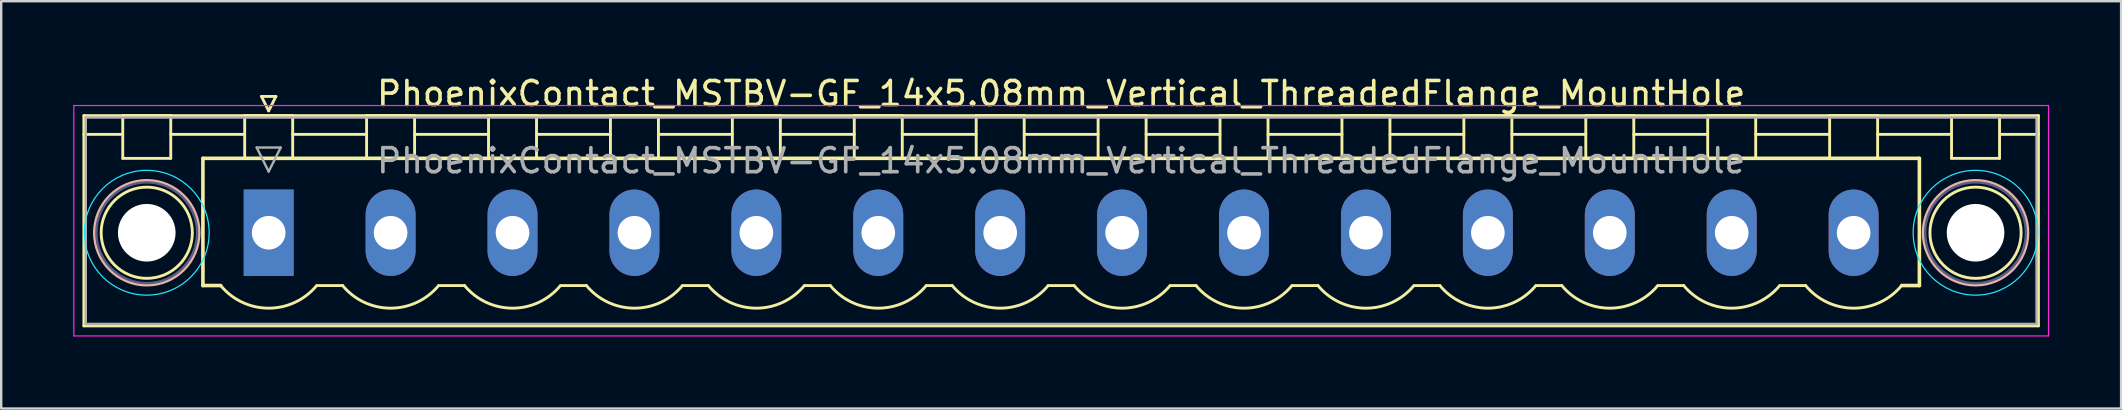
<source format=kicad_pcb>
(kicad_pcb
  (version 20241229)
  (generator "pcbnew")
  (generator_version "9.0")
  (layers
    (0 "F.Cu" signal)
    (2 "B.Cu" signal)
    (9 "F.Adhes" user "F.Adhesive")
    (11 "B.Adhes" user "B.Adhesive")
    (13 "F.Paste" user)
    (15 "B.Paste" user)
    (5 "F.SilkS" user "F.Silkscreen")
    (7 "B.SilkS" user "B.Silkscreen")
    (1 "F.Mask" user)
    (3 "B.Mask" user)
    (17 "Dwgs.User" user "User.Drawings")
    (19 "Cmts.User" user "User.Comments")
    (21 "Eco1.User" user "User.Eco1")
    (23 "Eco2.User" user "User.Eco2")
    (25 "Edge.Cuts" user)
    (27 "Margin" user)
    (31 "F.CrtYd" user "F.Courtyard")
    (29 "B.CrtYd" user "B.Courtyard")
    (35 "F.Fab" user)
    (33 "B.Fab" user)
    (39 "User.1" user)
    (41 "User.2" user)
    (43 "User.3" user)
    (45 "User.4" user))
  (footprint "PhoenixContact_MSTBV-GF_14x5.08mm_Vertical_ThreadedFlange_MountHole"
    (layer "F.Cu")
    (at 8.145 6.648)
    (property "Reference" "PhoenixContact_MSTBV-GF_14x5.08mm_Vertical_ThreadedFlange_MountHole" (at 33.02 -5.8 0) (layer "F.SilkS") (effects (font (size 1 1) (thickness 0.15))))
    (attr through_hole)
    (fp_line (start -7.7 -4.88) (end -7.7 3.88) (stroke (width 0.12) (type solid)) (layer "F.SilkS"))
    (fp_line (start -7.7 -4.1) (end -6.16 -4.1) (stroke (width 0.12) (type solid)) (layer "F.SilkS"))
    (fp_line (start -7.7 3.88) (end 73.74 3.88) (stroke (width 0.12) (type solid)) (layer "F.SilkS"))
    (fp_line (start -6.08 -4.88) (end -4.08 -4.88) (stroke (width 0.12) (type solid)) (layer "F.SilkS"))
    (fp_line (start -6.08 -3.1) (end -6.08 -4.88) (stroke (width 0.12) (type solid)) (layer "F.SilkS"))
    (fp_line (start -4.08 -4.88) (end -4.08 -3.1) (stroke (width 0.12) (type solid)) (layer "F.SilkS"))
    (fp_line (start -4.08 -4.1) (end -1 -4.1) (stroke (width 0.12) (type solid)) (layer "F.SilkS"))
    (fp_line (start -4.08 -3.1) (end -6.08 -3.1) (stroke (width 0.12) (type solid)) (layer "F.SilkS"))
    (fp_line (start -2.74 -3.1) (end 68.78 -3.1) (stroke (width 0.15) (type solid)) (layer "F.SilkS"))
    (fp_line (start -2.74 2.2) (end -2.74 -3.1) (stroke (width 0.15) (type solid)) (layer "F.SilkS"))
    (fp_line (start -2 2.2) (end -2.74 2.2) (stroke (width 0.15) (type solid)) (layer "F.SilkS"))
    (fp_line (start -1 -4.88) (end 1 -4.88) (stroke (width 0.12) (type solid)) (layer "F.SilkS"))
    (fp_line (start -1 -3.1) (end -1 -4.88) (stroke (width 0.12) (type solid)) (layer "F.SilkS"))
    (fp_line (start -0.3 -5.68) (end 0.3 -5.68) (stroke (width 0.12) (type solid)) (layer "F.SilkS"))
    (fp_line (start 0 -5.08) (end -0.3 -5.68) (stroke (width 0.12) (type solid)) (layer "F.SilkS"))
    (fp_line (start 0.3 -5.68) (end 0 -5.08) (stroke (width 0.12) (type solid)) (layer "F.SilkS"))
    (fp_line (start 1 -4.88) (end 1 -3.1) (stroke (width 0.12) (type solid)) (layer "F.SilkS"))
    (fp_line (start 1 -4.1) (end 4.08 -4.1) (stroke (width 0.12) (type solid)) (layer "F.SilkS"))
    (fp_line (start 1 -3.1) (end -1 -3.1) (stroke (width 0.12) (type solid)) (layer "F.SilkS"))
    (fp_line (start 2 2.2) (end 3.08 2.2) (stroke (width 0.12) (type solid)) (layer "F.SilkS"))
    (fp_line (start 4.08 -4.88) (end 6.08 -4.88) (stroke (width 0.12) (type solid)) (layer "F.SilkS"))
    (fp_line (start 4.08 -3.1) (end 4.08 -4.88) (stroke (width 0.12) (type solid)) (layer "F.SilkS"))
    (fp_line (start 6.08 -4.88) (end 6.08 -3.1) (stroke (width 0.12) (type solid)) (layer "F.SilkS"))
    (fp_line (start 6.08 -4.1) (end 9.16 -4.1) (stroke (width 0.12) (type solid)) (layer "F.SilkS"))
    (fp_line (start 6.08 -3.1) (end 4.08 -3.1) (stroke (width 0.12) (type solid)) (layer "F.SilkS"))
    (fp_line (start 7.08 2.2) (end 8.16 2.2) (stroke (width 0.12) (type solid)) (layer "F.SilkS"))
    (fp_line (start 9.16 -4.88) (end 11.16 -4.88) (stroke (width 0.12) (type solid)) (layer "F.SilkS"))
    (fp_line (start 9.16 -3.1) (end 9.16 -4.88) (stroke (width 0.12) (type solid)) (layer "F.SilkS"))
    (fp_line (start 11.16 -4.88) (end 11.16 -3.1) (stroke (width 0.12) (type solid)) (layer "F.SilkS"))
    (fp_line (start 11.16 -4.1) (end 14.24 -4.1) (stroke (width 0.12) (type solid)) (layer "F.SilkS"))
    (fp_line (start 11.16 -3.1) (end 9.16 -3.1) (stroke (width 0.12) (type solid)) (layer "F.SilkS"))
    (fp_line (start 12.16 2.2) (end 13.24 2.2) (stroke (width 0.12) (type solid)) (layer "F.SilkS"))
    (fp_line (start 14.24 -4.88) (end 16.24 -4.88) (stroke (width 0.12) (type solid)) (layer "F.SilkS"))
    (fp_line (start 14.24 -3.1) (end 14.24 -4.88) (stroke (width 0.12) (type solid)) (layer "F.SilkS"))
    (fp_line (start 16.24 -4.88) (end 16.24 -3.1) (stroke (width 0.12) (type solid)) (layer "F.SilkS"))
    (fp_line (start 16.24 -4.1) (end 19.32 -4.1) (stroke (width 0.12) (type solid)) (layer "F.SilkS"))
    (fp_line (start 16.24 -3.1) (end 14.24 -3.1) (stroke (width 0.12) (type solid)) (layer "F.SilkS"))
    (fp_line (start 17.24 2.2) (end 18.32 2.2) (stroke (width 0.12) (type solid)) (layer "F.SilkS"))
    (fp_line (start 19.32 -4.88) (end 21.32 -4.88) (stroke (width 0.12) (type solid)) (layer "F.SilkS"))
    (fp_line (start 19.32 -3.1) (end 19.32 -4.88) (stroke (width 0.12) (type solid)) (layer "F.SilkS"))
    (fp_line (start 21.32 -4.88) (end 21.32 -3.1) (stroke (width 0.12) (type solid)) (layer "F.SilkS"))
    (fp_line (start 21.32 -4.1) (end 24.4 -4.1) (stroke (width 0.12) (type solid)) (layer "F.SilkS"))
    (fp_line (start 21.32 -3.1) (end 19.32 -3.1) (stroke (width 0.12) (type solid)) (layer "F.SilkS"))
    (fp_line (start 22.32 2.2) (end 23.4 2.2) (stroke (width 0.12) (type solid)) (layer "F.SilkS"))
    (fp_line (start 24.4 -4.88) (end 26.4 -4.88) (stroke (width 0.12) (type solid)) (layer "F.SilkS"))
    (fp_line (start 24.4 -3.1) (end 24.4 -4.88) (stroke (width 0.12) (type solid)) (layer "F.SilkS"))
    (fp_line (start 26.4 -4.88) (end 26.4 -3.1) (stroke (width 0.12) (type solid)) (layer "F.SilkS"))
    (fp_line (start 26.4 -4.1) (end 29.48 -4.1) (stroke (width 0.12) (type solid)) (layer "F.SilkS"))
    (fp_line (start 26.4 -3.1) (end 24.4 -3.1) (stroke (width 0.12) (type solid)) (layer "F.SilkS"))
    (fp_line (start 27.4 2.2) (end 28.48 2.2) (stroke (width 0.12) (type solid)) (layer "F.SilkS"))
    (fp_line (start 29.48 -4.88) (end 31.48 -4.88) (stroke (width 0.12) (type solid)) (layer "F.SilkS"))
    (fp_line (start 29.48 -3.1) (end 29.48 -4.88) (stroke (width 0.12) (type solid)) (layer "F.SilkS"))
    (fp_line (start 31.48 -4.88) (end 31.48 -3.1) (stroke (width 0.12) (type solid)) (layer "F.SilkS"))
    (fp_line (start 31.48 -4.1) (end 34.56 -4.1) (stroke (width 0.12) (type solid)) (layer "F.SilkS"))
    (fp_line (start 31.48 -3.1) (end 29.48 -3.1) (stroke (width 0.12) (type solid)) (layer "F.SilkS"))
    (fp_line (start 32.48 2.2) (end 33.56 2.2) (stroke (width 0.12) (type solid)) (layer "F.SilkS"))
    (fp_line (start 34.56 -4.88) (end 36.56 -4.88) (stroke (width 0.12) (type solid)) (layer "F.SilkS"))
    (fp_line (start 34.56 -3.1) (end 34.56 -4.88) (stroke (width 0.12) (type solid)) (layer "F.SilkS"))
    (fp_line (start 36.56 -4.88) (end 36.56 -3.1) (stroke (width 0.12) (type solid)) (layer "F.SilkS"))
    (fp_line (start 36.56 -4.1) (end 39.64 -4.1) (stroke (width 0.12) (type solid)) (layer "F.SilkS"))
    (fp_line (start 36.56 -3.1) (end 34.56 -3.1) (stroke (width 0.12) (type solid)) (layer "F.SilkS"))
    (fp_line (start 37.56 2.2) (end 38.64 2.2) (stroke (width 0.12) (type solid)) (layer "F.SilkS"))
    (fp_line (start 39.64 -4.88) (end 41.64 -4.88) (stroke (width 0.12) (type solid)) (layer "F.SilkS"))
    (fp_line (start 39.64 -3.1) (end 39.64 -4.88) (stroke (width 0.12) (type solid)) (layer "F.SilkS"))
    (fp_line (start 41.64 -4.88) (end 41.64 -3.1) (stroke (width 0.12) (type solid)) (layer "F.SilkS"))
    (fp_line (start 41.64 -4.1) (end 44.72 -4.1) (stroke (width 0.12) (type solid)) (layer "F.SilkS"))
    (fp_line (start 41.64 -3.1) (end 39.64 -3.1) (stroke (width 0.12) (type solid)) (layer "F.SilkS"))
    (fp_line (start 42.64 2.2) (end 43.72 2.2) (stroke (width 0.12) (type solid)) (layer "F.SilkS"))
    (fp_line (start 44.72 -4.88) (end 46.72 -4.88) (stroke (width 0.12) (type solid)) (layer "F.SilkS"))
    (fp_line (start 44.72 -3.1) (end 44.72 -4.88) (stroke (width 0.12) (type solid)) (layer "F.SilkS"))
    (fp_line (start 46.72 -4.88) (end 46.72 -3.1) (stroke (width 0.12) (type solid)) (layer "F.SilkS"))
    (fp_line (start 46.72 -4.1) (end 49.8 -4.1) (stroke (width 0.12) (type solid)) (layer "F.SilkS"))
    (fp_line (start 46.72 -3.1) (end 44.72 -3.1) (stroke (width 0.12) (type solid)) (layer "F.SilkS"))
    (fp_line (start 47.72 2.2) (end 48.8 2.2) (stroke (width 0.12) (type solid)) (layer "F.SilkS"))
    (fp_line (start 49.8 -4.88) (end 51.8 -4.88) (stroke (width 0.12) (type solid)) (layer "F.SilkS"))
    (fp_line (start 49.8 -3.1) (end 49.8 -4.88) (stroke (width 0.12) (type solid)) (layer "F.SilkS"))
    (fp_line (start 51.8 -4.88) (end 51.8 -3.1) (stroke (width 0.12) (type solid)) (layer "F.SilkS"))
    (fp_line (start 51.8 -4.1) (end 54.88 -4.1) (stroke (width 0.12) (type solid)) (layer "F.SilkS"))
    (fp_line (start 51.8 -3.1) (end 49.8 -3.1) (stroke (width 0.12) (type solid)) (layer "F.SilkS"))
    (fp_line (start 52.8 2.2) (end 53.88 2.2) (stroke (width 0.12) (type solid)) (layer "F.SilkS"))
    (fp_line (start 54.88 -4.88) (end 56.88 -4.88) (stroke (width 0.12) (type solid)) (layer "F.SilkS"))
    (fp_line (start 54.88 -3.1) (end 54.88 -4.88) (stroke (width 0.12) (type solid)) (layer "F.SilkS"))
    (fp_line (start 56.88 -4.88) (end 56.88 -3.1) (stroke (width 0.12) (type solid)) (layer "F.SilkS"))
    (fp_line (start 56.88 -4.1) (end 59.96 -4.1) (stroke (width 0.12) (type solid)) (layer "F.SilkS"))
    (fp_line (start 56.88 -3.1) (end 54.88 -3.1) (stroke (width 0.12) (type solid)) (layer "F.SilkS"))
    (fp_line (start 57.88 2.2) (end 58.96 2.2) (stroke (width 0.12) (type solid)) (layer "F.SilkS"))
    (fp_line (start 59.96 -4.88) (end 61.96 -4.88) (stroke (width 0.12) (type solid)) (layer "F.SilkS"))
    (fp_line (start 59.96 -3.1) (end 59.96 -4.88) (stroke (width 0.12) (type solid)) (layer "F.SilkS"))
    (fp_line (start 61.96 -4.88) (end 61.96 -3.1) (stroke (width 0.12) (type solid)) (layer "F.SilkS"))
    (fp_line (start 61.96 -4.1) (end 65.04 -4.1) (stroke (width 0.12) (type solid)) (layer "F.SilkS"))
    (fp_line (start 61.96 -3.1) (end 59.96 -3.1) (stroke (width 0.12) (type solid)) (layer "F.SilkS"))
    (fp_line (start 62.96 2.2) (end 64.04 2.2) (stroke (width 0.12) (type solid)) (layer "F.SilkS"))
    (fp_line (start 65.04 -4.88) (end 67.04 -4.88) (stroke (width 0.12) (type solid)) (layer "F.SilkS"))
    (fp_line (start 65.04 -3.1) (end 65.04 -4.88) (stroke (width 0.12) (type solid)) (layer "F.SilkS"))
    (fp_line (start 67.04 -4.88) (end 67.04 -3.1) (stroke (width 0.12) (type solid)) (layer "F.SilkS"))
    (fp_line (start 67.04 -4.1) (end 70.12 -4.1) (stroke (width 0.12) (type solid)) (layer "F.SilkS"))
    (fp_line (start 67.04 -3.1) (end 65.04 -3.1) (stroke (width 0.12) (type solid)) (layer "F.SilkS"))
    (fp_line (start 68.78 -3.1) (end 68.78 2.2) (stroke (width 0.15) (type solid)) (layer "F.SilkS"))
    (fp_line (start 68.78 2.2) (end 68.04 2.2) (stroke (width 0.15) (type solid)) (layer "F.SilkS"))
    (fp_line (start 70.12 -4.88) (end 72.12 -4.88) (stroke (width 0.12) (type solid)) (layer "F.SilkS"))
    (fp_line (start 70.12 -3.1) (end 70.12 -4.88) (stroke (width 0.12) (type solid)) (layer "F.SilkS"))
    (fp_line (start 72.12 -4.88) (end 72.12 -3.1) (stroke (width 0.12) (type solid)) (layer "F.SilkS"))
    (fp_line (start 72.12 -3.1) (end 70.12 -3.1) (stroke (width 0.12) (type solid)) (layer "F.SilkS"))
    (fp_line (start 73.74 -4.88) (end -7.7 -4.88) (stroke (width 0.12) (type solid)) (layer "F.SilkS"))
    (fp_line (start 73.74 -4.1) (end 72.2 -4.1) (stroke (width 0.12) (type solid)) (layer "F.SilkS"))
    (fp_line (start 73.74 3.88) (end 73.74 -4.88) (stroke (width 0.12) (type solid)) (layer "F.SilkS"))
    (fp_arc (start 1.986842 2.215821) (mid -0.010289 3.142758) (end -2 2.2) (stroke (width 0.12) (type solid)) (layer "F.SilkS"))
    (fp_arc (start 7.066842 2.215821) (mid 5.069711 3.142758) (end 3.08 2.2) (stroke (width 0.12) (type solid)) (layer "F.SilkS"))
    (fp_arc (start 12.146842 2.215821) (mid 10.149711 3.142758) (end 8.16 2.2) (stroke (width 0.12) (type solid)) (layer "F.SilkS"))
    (fp_arc (start 17.226842 2.215821) (mid 15.229711 3.142758) (end 13.24 2.2) (stroke (width 0.12) (type solid)) (layer "F.SilkS"))
    (fp_arc (start 22.306842 2.215821) (mid 20.309711 3.142758) (end 18.32 2.2) (stroke (width 0.12) (type solid)) (layer "F.SilkS"))
    (fp_arc (start 27.386842 2.215821) (mid 25.389711 3.142758) (end 23.4 2.2) (stroke (width 0.12) (type solid)) (layer "F.SilkS"))
    (fp_arc (start 32.466842 2.215821) (mid 30.469711 3.142758) (end 28.48 2.2) (stroke (width 0.12) (type solid)) (layer "F.SilkS"))
    (fp_arc (start 37.546842 2.215821) (mid 35.549711 3.142758) (end 33.56 2.2) (stroke (width 0.12) (type solid)) (layer "F.SilkS"))
    (fp_arc (start 42.626842 2.215821) (mid 40.629711 3.142758) (end 38.64 2.2) (stroke (width 0.12) (type solid)) (layer "F.SilkS"))
    (fp_arc (start 47.706842 2.215821) (mid 45.709711 3.142758) (end 43.72 2.2) (stroke (width 0.12) (type solid)) (layer "F.SilkS"))
    (fp_arc (start 52.786842 2.215821) (mid 50.789711 3.142758) (end 48.8 2.2) (stroke (width 0.12) (type solid)) (layer "F.SilkS"))
    (fp_arc (start 57.866842 2.215821) (mid 55.869711 3.142758) (end 53.88 2.2) (stroke (width 0.12) (type solid)) (layer "F.SilkS"))
    (fp_arc (start 62.946842 2.215821) (mid 60.949711 3.142758) (end 58.96 2.2) (stroke (width 0.12) (type solid)) (layer "F.SilkS"))
    (fp_arc (start 68.026842 2.215821) (mid 66.029711 3.142758) (end 64.04 2.2) (stroke (width 0.12) (type solid)) (layer "F.SilkS"))
    (fp_circle (center -5.08 0) (end -3.18 0) (stroke (width 0.12) (type solid)) (fill no) (layer "F.SilkS"))
    (fp_circle (center 71.12 0) (end 73.02 0) (stroke (width 0.12) (type solid)) (fill no) (layer "F.SilkS"))
    (fp_circle (center -5.08 0) (end -2.9 0) (stroke (width 0.12) (type solid)) (fill no) (layer "B.SilkS"))
    (fp_circle (center 71.12 0) (end 73.3 0) (stroke (width 0.12) (type solid)) (fill no) (layer "B.SilkS"))
    (fp_circle (center -5.08 0) (end -2.48 0) (stroke (width 0.05) (type solid)) (fill no) (layer "B.CrtYd"))
    (fp_circle (center 71.12 0) (end 73.72 0) (stroke (width 0.05) (type solid)) (fill no) (layer "B.CrtYd"))
    (fp_line (start -8.12 -5.3) (end -8.12 4.3) (stroke (width 0.05) (type solid)) (layer "F.CrtYd"))
    (fp_line (start -8.12 4.3) (end 74.16 4.3) (stroke (width 0.05) (type solid)) (layer "F.CrtYd"))
    (fp_line (start 74.16 -5.3) (end -8.12 -5.3) (stroke (width 0.05) (type solid)) (layer "F.CrtYd"))
    (fp_line (start 74.16 4.3) (end 74.16 -5.3) (stroke (width 0.05) (type solid)) (layer "F.CrtYd"))
    (fp_circle (center -5.08 0) (end -2.98 0) (stroke (width 0.1) (type solid)) (fill no) (layer "B.Fab"))
    (fp_circle (center 71.12 0) (end 73.22 0) (stroke (width 0.1) (type solid)) (fill no) (layer "B.Fab"))
    (fp_line (start -7.62 -4.8) (end -7.62 3.8) (stroke (width 0.1) (type solid)) (layer "F.Fab"))
    (fp_line (start -7.62 3.8) (end 73.66 3.8) (stroke (width 0.1) (type solid)) (layer "F.Fab"))
    (fp_line (start -0.5 -3.55) (end 0.5 -3.55) (stroke (width 0.1) (type solid)) (layer "F.Fab"))
    (fp_line (start 0 -2.55) (end -0.5 -3.55) (stroke (width 0.1) (type solid)) (layer "F.Fab"))
    (fp_line (start 0.5 -3.55) (end 0 -2.55) (stroke (width 0.1) (type solid)) (layer "F.Fab"))
    (fp_line (start 73.66 -4.8) (end -7.62 -4.8) (stroke (width 0.1) (type solid)) (layer "F.Fab"))
    (fp_line (start 73.66 3.8) (end 73.66 -4.8) (stroke (width 0.1) (type solid)) (layer "F.Fab"))
    (fp_text user "${REFERENCE}" (at 33.02 -3 0) (layer "F.Fab") (effects (font (size 1 1) (thickness 0.15))))
    (pad "" np_thru_hole circle (at -5.08 0) (size 2.4 2.4) (drill 2.4) (layers "*.Cu" "*.Mask"))
    (pad "" np_thru_hole circle (at 71.12 0) (size 2.4 2.4) (drill 2.4) (layers "*.Cu" "*.Mask"))
    (pad "1" thru_hole rect (at 0 0) (size 2.08 3.6) (drill 1.4) (layers "*.Cu" "*.Mask"))
    (pad "2" thru_hole oval (at 5.08 0) (size 2.08 3.6) (drill 1.4) (layers "*.Cu" "*.Mask"))
    (pad "3" thru_hole oval (at 10.16 0) (size 2.08 3.6) (drill 1.4) (layers "*.Cu" "*.Mask"))
    (pad "4" thru_hole oval (at 15.24 0) (size 2.08 3.6) (drill 1.4) (layers "*.Cu" "*.Mask"))
    (pad "5" thru_hole oval (at 20.32 0) (size 2.08 3.6) (drill 1.4) (layers "*.Cu" "*.Mask"))
    (pad "6" thru_hole oval (at 25.4 0) (size 2.08 3.6) (drill 1.4) (layers "*.Cu" "*.Mask"))
    (pad "7" thru_hole oval (at 30.48 0) (size 2.08 3.6) (drill 1.4) (layers "*.Cu" "*.Mask"))
    (pad "8" thru_hole oval (at 35.56 0) (size 2.08 3.6) (drill 1.4) (layers "*.Cu" "*.Mask"))
    (pad "9" thru_hole oval (at 40.64 0) (size 2.08 3.6) (drill 1.4) (layers "*.Cu" "*.Mask"))
    (pad "10" thru_hole oval (at 45.72 0) (size 2.08 3.6) (drill 1.4) (layers "*.Cu" "*.Mask"))
    (pad "11" thru_hole oval (at 50.8 0) (size 2.08 3.6) (drill 1.4) (layers "*.Cu" "*.Mask"))
    (pad "12" thru_hole oval (at 55.88 0) (size 2.08 3.6) (drill 1.4) (layers "*.Cu" "*.Mask"))
    (pad "13" thru_hole oval (at 60.96 0) (size 2.08 3.6) (drill 1.4) (layers "*.Cu" "*.Mask"))
    (pad "14" thru_hole oval (at 66.04 0) (size 2.08 3.6) (drill 1.4) (layers "*.Cu" "*.Mask")))
  (gr_rect
    (start -3 -3)
    (end 85.33 13.973)
    (stroke (width 0.1) (type default))
    (fill no)
    (layer "Edge.Cuts")))
</source>
